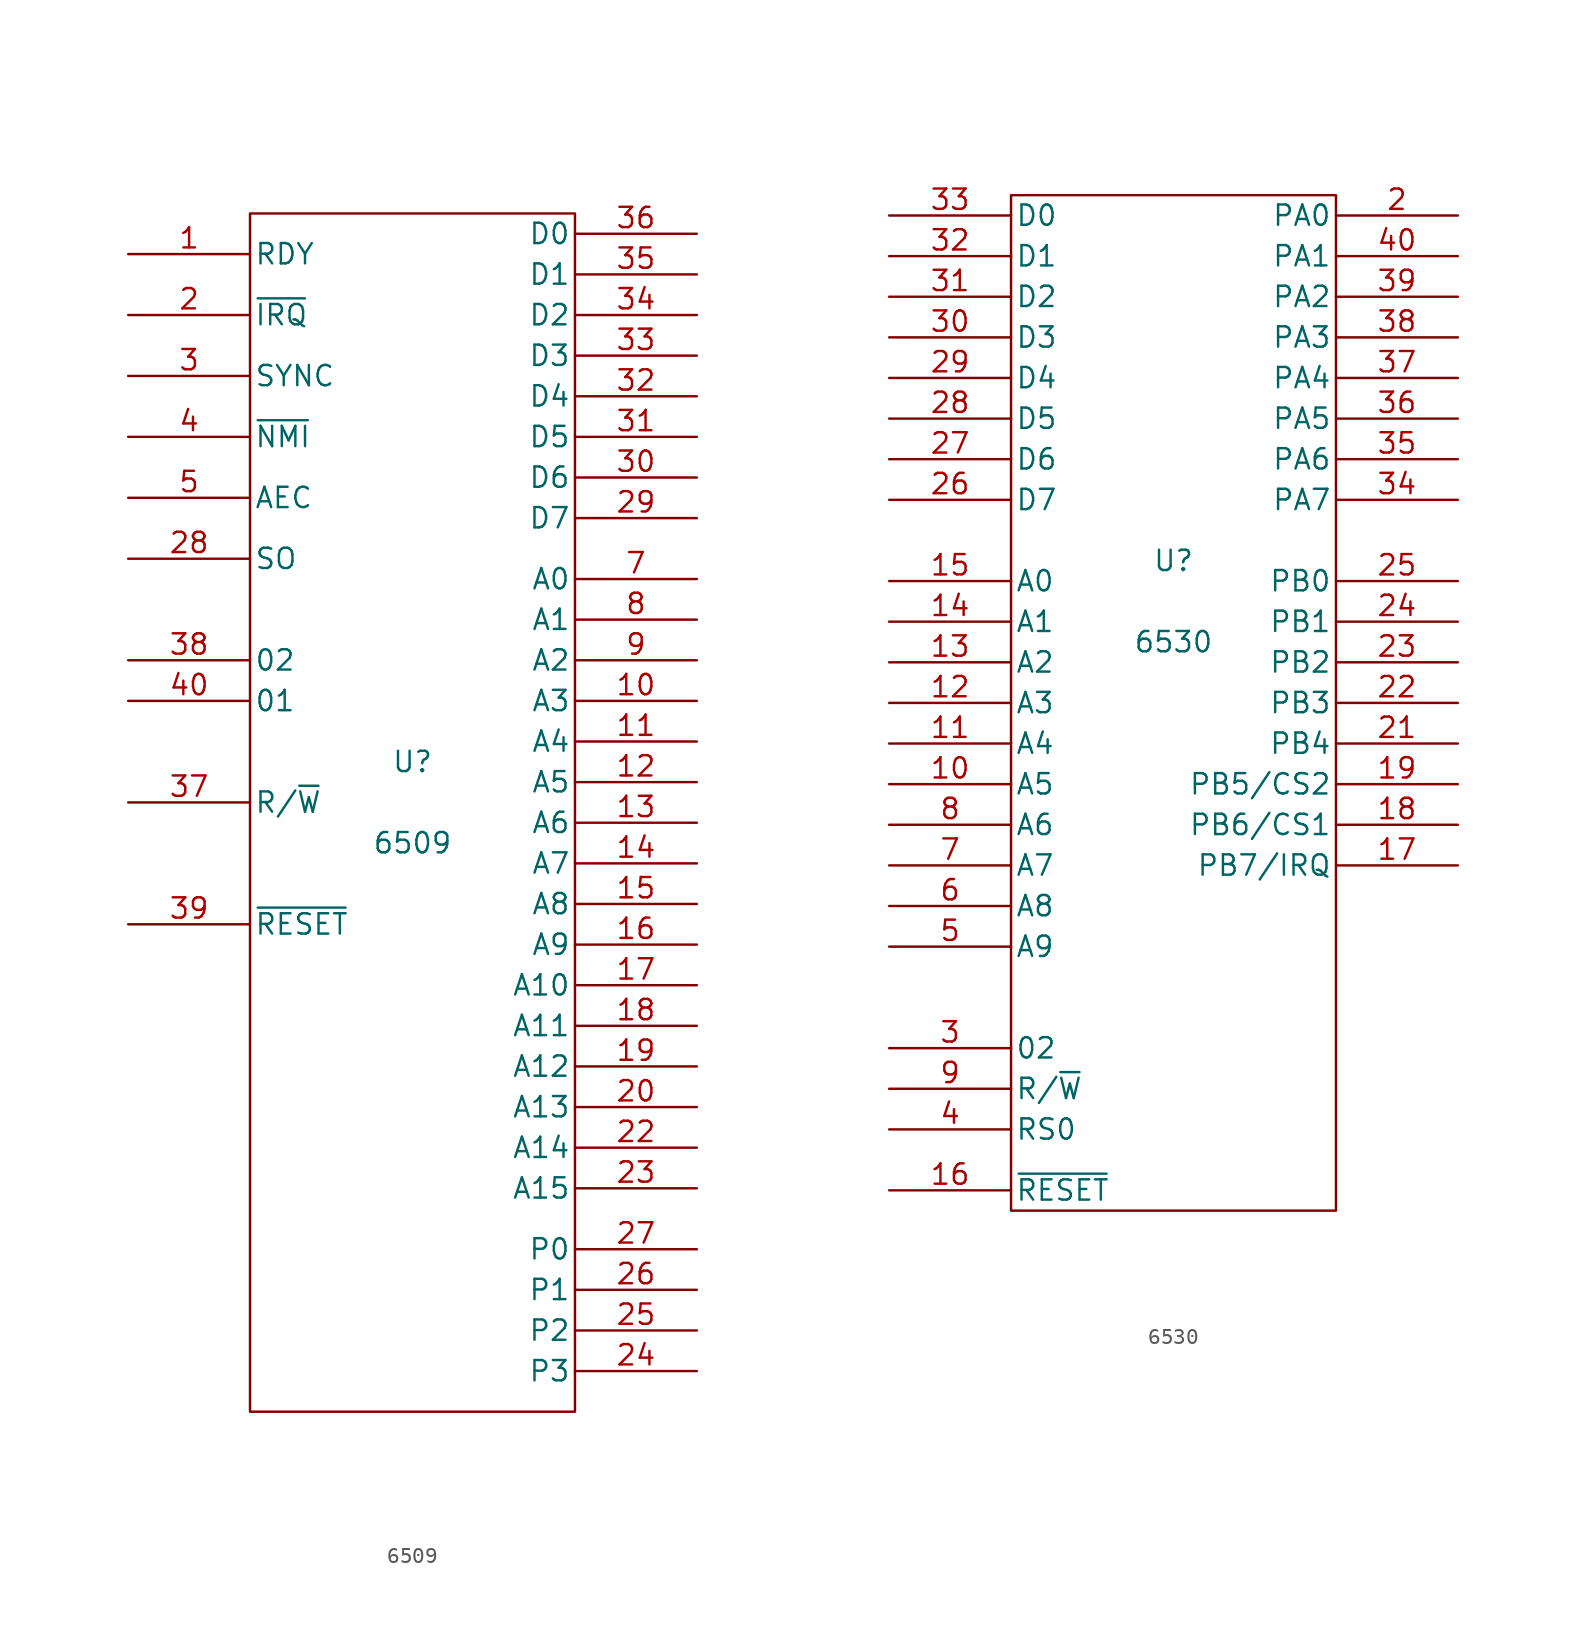
<source format=kicad_sym>
(kicad_symbol_lib
  (version 20211014)
  (generator kicad_symbol_editor)
  (symbol "6509"
    (pin_names
      (offset 0.254))
    (property "Reference" "U"
      (at 0 2.54 0)
      (effects (font (size 1.27 1.27))))
    (property "Value" "6509"
      (at 0 -2.54 0)
      (effects (font (size 1.27 1.27))))
    (property "Footprint" ""
      (at 0 17.78 0)
      (effects (font (size 1.27 1.27))))
    (property "Datasheet" ""
      (at 0 17.78 0)
      (effects (font (size 1.27 1.27))))
    (symbol "6509_0_0"
      (pin power_in line (at 0 -38.1 90) (length 1.27) hide (name "GND" (effects (font (size 1.27 1.27)))) (number "21" (effects (font (size 1.27 1.27)))))
      (pin power_in line (at 0 38.1 270) (length 1.27) hide (name "Vcc" (effects (font (size 1.27 1.27)))) (number "6" (effects (font (size 1.27 1.27))))))
    (symbol "6509_0_1"
      (rectangle (start -10.16 36.83) (end 10.16 -38.1) (stroke (width 0) (type default) (color 0 0 0 0)) (fill (type none))))
    (symbol "6509_1_1"
      (pin output line (at -17.78 34.29 0) (length 7.62) (name "RDY" (effects (font (size 1.27 1.27)))) (number "1" (effects (font (size 1.27 1.27)))))
      (pin output line (at 17.78 6.35 180) (length 7.62) (name "A3" (effects (font (size 1.27 1.27)))) (number "10" (effects (font (size 1.27 1.27)))))
      (pin output line (at 17.78 3.81 180) (length 7.62) (name "A4" (effects (font (size 1.27 1.27)))) (number "11" (effects (font (size 1.27 1.27)))))
      (pin output line (at 17.78 1.27 180) (length 7.62) (name "A5" (effects (font (size 1.27 1.27)))) (number "12" (effects (font (size 1.27 1.27)))))
      (pin output line (at 17.78 -1.27 180) (length 7.62) (name "A6" (effects (font (size 1.27 1.27)))) (number "13" (effects (font (size 1.27 1.27)))))
      (pin output line (at 17.78 -3.81 180) (length 7.62) (name "A7" (effects (font (size 1.27 1.27)))) (number "14" (effects (font (size 1.27 1.27)))))
      (pin output line (at 17.78 -6.35 180) (length 7.62) (name "A8" (effects (font (size 1.27 1.27)))) (number "15" (effects (font (size 1.27 1.27)))))
      (pin output line (at 17.78 -8.89 180) (length 7.62) (name "A9" (effects (font (size 1.27 1.27)))) (number "16" (effects (font (size 1.27 1.27)))))
      (pin input line (at 17.78 -11.43 180) (length 7.62) (name "A10" (effects (font (size 1.27 1.27)))) (number "17" (effects (font (size 1.27 1.27)))))
      (pin output line (at 17.78 -13.97 180) (length 7.62) (name "A11" (effects (font (size 1.27 1.27)))) (number "18" (effects (font (size 1.27 1.27)))))
      (pin output line (at 17.78 -16.51 180) (length 7.62) (name "A12" (effects (font (size 1.27 1.27)))) (number "19" (effects (font (size 1.27 1.27)))))
      (pin input line (at -17.78 30.48 0) (length 7.62) (name "~{IRQ}" (effects (font (size 1.27 1.27)))) (number "2" (effects (font (size 1.27 1.27)))))
      (pin output line (at 17.78 -19.05 180) (length 7.62) (name "A13" (effects (font (size 1.27 1.27)))) (number "20" (effects (font (size 1.27 1.27)))))
      (pin output line (at 17.78 -21.59 180) (length 7.62) (name "A14" (effects (font (size 1.27 1.27)))) (number "22" (effects (font (size 1.27 1.27)))))
      (pin output line (at 17.78 -24.13 180) (length 7.62) (name "A15" (effects (font (size 1.27 1.27)))) (number "23" (effects (font (size 1.27 1.27)))))
      (pin output line (at 17.78 -35.56 180) (length 7.62) (name "P3" (effects (font (size 1.27 1.27)))) (number "24" (effects (font (size 1.27 1.27)))))
      (pin output line (at 17.78 -33.02 180) (length 7.62) (name "P2" (effects (font (size 1.27 1.27)))) (number "25" (effects (font (size 1.27 1.27)))))
      (pin output line (at 17.78 -30.48 180) (length 7.62) (name "P1" (effects (font (size 1.27 1.27)))) (number "26" (effects (font (size 1.27 1.27)))))
      (pin output line (at 17.78 -27.94 180) (length 7.62) (name "P0" (effects (font (size 1.27 1.27)))) (number "27" (effects (font (size 1.27 1.27)))))
      (pin output line (at -17.78 15.24 0) (length 7.62) (name "SO" (effects (font (size 1.27 1.27)))) (number "28" (effects (font (size 1.27 1.27)))))
      (pin bidirectional line (at 17.78 17.78 180) (length 7.62) (name "D7" (effects (font (size 1.27 1.27)))) (number "29" (effects (font (size 1.27 1.27)))))
      (pin input line (at -17.78 26.67 0) (length 7.62) (name "SYNC" (effects (font (size 1.27 1.27)))) (number "3" (effects (font (size 1.27 1.27)))))
      (pin bidirectional line (at 17.78 20.32 180) (length 7.62) (name "D6" (effects (font (size 1.27 1.27)))) (number "30" (effects (font (size 1.27 1.27)))))
      (pin bidirectional line (at 17.78 22.86 180) (length 7.62) (name "D5" (effects (font (size 1.27 1.27)))) (number "31" (effects (font (size 1.27 1.27)))))
      (pin bidirectional line (at 17.78 25.4 180) (length 7.62) (name "D4" (effects (font (size 1.27 1.27)))) (number "32" (effects (font (size 1.27 1.27)))))
      (pin bidirectional line (at 17.78 27.94 180) (length 7.62) (name "D3" (effects (font (size 1.27 1.27)))) (number "33" (effects (font (size 1.27 1.27)))))
      (pin bidirectional line (at 17.78 30.48 180) (length 7.62) (name "D2" (effects (font (size 1.27 1.27)))) (number "34" (effects (font (size 1.27 1.27)))))
      (pin bidirectional line (at 17.78 33.02 180) (length 7.62) (name "D1" (effects (font (size 1.27 1.27)))) (number "35" (effects (font (size 1.27 1.27)))))
      (pin bidirectional line (at 17.78 35.56 180) (length 7.62) (name "D0" (effects (font (size 1.27 1.27)))) (number "36" (effects (font (size 1.27 1.27)))))
      (pin input line (at -17.78 0 0) (length 7.62) (name "R/~{W}" (effects (font (size 1.27 1.27)))) (number "37" (effects (font (size 1.27 1.27)))))
      (pin input line (at -17.78 8.89 0) (length 7.62) (name "02" (effects (font (size 1.27 1.27)))) (number "38" (effects (font (size 1.27 1.27)))))
      (pin input line (at -17.78 -7.62 0) (length 7.62) (name "~{RESET}" (effects (font (size 1.27 1.27)))) (number "39" (effects (font (size 1.27 1.27)))))
      (pin input line (at -17.78 22.86 0) (length 7.62) (name "~{NMI}" (effects (font (size 1.27 1.27)))) (number "4" (effects (font (size 1.27 1.27)))))
      (pin input line (at -17.78 6.35 0) (length 7.62) (name "01" (effects (font (size 1.27 1.27)))) (number "40" (effects (font (size 1.27 1.27)))))
      (pin output line (at -17.78 19.05 0) (length 7.62) (name "AEC" (effects (font (size 1.27 1.27)))) (number "5" (effects (font (size 1.27 1.27)))))
      (pin output line (at 17.78 13.97 180) (length 7.62) (name "A0" (effects (font (size 1.27 1.27)))) (number "7" (effects (font (size 1.27 1.27)))))
      (pin output line (at 17.78 11.43 180) (length 7.62) (name "A1" (effects (font (size 1.27 1.27)))) (number "8" (effects (font (size 1.27 1.27)))))
      (pin output line (at 17.78 8.89 180) (length 7.62) (name "A2" (effects (font (size 1.27 1.27)))) (number "9" (effects (font (size 1.27 1.27)))))))
  (symbol "6530"
    (pin_names
      (offset 0.254))
    (property "Reference" "U"
      (at 0 11.43 0)
      (effects (font (size 1.27 1.27))))
    (property "Value" "6530"
      (at 0 6.35 0)
      (effects (font (size 1.27 1.27))))
    (property "Footprint" ""
      (at 0 15.24 0)
      (effects (font (size 1.27 1.27))))
    (property "Datasheet" ""
      (at 0 15.24 0)
      (effects (font (size 1.27 1.27))))
    (symbol "6530_0_0"
      (pin power_in line (at 0 -29.21 90) (length 1.27) hide (name "GND" (effects (font (size 1.27 1.27)))) (number "1" (effects (font (size 1.27 1.27)))))
      (pin power_in line (at 0 35.56 270) (length 1.27) hide (name "Vcc" (effects (font (size 1.27 1.27)))) (number "20" (effects (font (size 1.27 1.27))))))
    (symbol "6530_0_1"
      (rectangle (start 10.16 34.29) (end -10.16 -29.21) (stroke (width 0) (type default) (color 0 0 0 0)) (fill (type none))))
    (symbol "6530_1_1"
      (pin input line (at -17.78 -2.54 0) (length 7.62) (name "A5" (effects (font (size 1.27 1.27)))) (number "10" (effects (font (size 1.27 1.27)))))
      (pin input line (at -17.78 0 0) (length 7.62) (name "A4" (effects (font (size 1.27 1.27)))) (number "11" (effects (font (size 1.27 1.27)))))
      (pin input line (at -17.78 2.54 0) (length 7.62) (name "A3" (effects (font (size 1.27 1.27)))) (number "12" (effects (font (size 1.27 1.27)))))
      (pin input line (at -17.78 5.08 0) (length 7.62) (name "A2" (effects (font (size 1.27 1.27)))) (number "13" (effects (font (size 1.27 1.27)))))
      (pin input line (at -17.78 7.62 0) (length 7.62) (name "A1" (effects (font (size 1.27 1.27)))) (number "14" (effects (font (size 1.27 1.27)))))
      (pin input line (at -17.78 10.16 0) (length 7.62) (name "A0" (effects (font (size 1.27 1.27)))) (number "15" (effects (font (size 1.27 1.27)))))
      (pin input line (at -17.78 -27.94 0) (length 7.62) (name "~{RESET}" (effects (font (size 1.27 1.27)))) (number "16" (effects (font (size 1.27 1.27)))))
      (pin bidirectional line (at 17.78 -7.62 180) (length 7.62) (name "PB7/IRQ" (effects (font (size 1.27 1.27)))) (number "17" (effects (font (size 1.27 1.27)))))
      (pin bidirectional line (at 17.78 -5.08 180) (length 7.62) (name "PB6/CS1" (effects (font (size 1.27 1.27)))) (number "18" (effects (font (size 1.27 1.27)))))
      (pin bidirectional line (at 17.78 -2.54 180) (length 7.62) (name "PB5/CS2" (effects (font (size 1.27 1.27)))) (number "19" (effects (font (size 1.27 1.27)))))
      (pin bidirectional line (at 17.78 33.02 180) (length 7.62) (name "PA0" (effects (font (size 1.27 1.27)))) (number "2" (effects (font (size 1.27 1.27)))))
      (pin bidirectional line (at 17.78 0 180) (length 7.62) (name "PB4" (effects (font (size 1.27 1.27)))) (number "21" (effects (font (size 1.27 1.27)))))
      (pin bidirectional line (at 17.78 2.54 180) (length 7.62) (name "PB3" (effects (font (size 1.27 1.27)))) (number "22" (effects (font (size 1.27 1.27)))))
      (pin bidirectional line (at 17.78 5.08 180) (length 7.62) (name "PB2" (effects (font (size 1.27 1.27)))) (number "23" (effects (font (size 1.27 1.27)))))
      (pin bidirectional line (at 17.78 7.62 180) (length 7.62) (name "PB1" (effects (font (size 1.27 1.27)))) (number "24" (effects (font (size 1.27 1.27)))))
      (pin bidirectional line (at 17.78 10.16 180) (length 7.62) (name "PB0" (effects (font (size 1.27 1.27)))) (number "25" (effects (font (size 1.27 1.27)))))
      (pin tri_state line (at -17.78 15.24 0) (length 7.62) (name "D7" (effects (font (size 1.27 1.27)))) (number "26" (effects (font (size 1.27 1.27)))))
      (pin tri_state line (at -17.78 17.78 0) (length 7.62) (name "D6" (effects (font (size 1.27 1.27)))) (number "27" (effects (font (size 1.27 1.27)))))
      (pin output line (at -17.78 20.32 0) (length 7.62) (name "D5" (effects (font (size 1.27 1.27)))) (number "28" (effects (font (size 1.27 1.27)))))
      (pin output line (at -17.78 22.86 0) (length 7.62) (name "D4" (effects (font (size 1.27 1.27)))) (number "29" (effects (font (size 1.27 1.27)))))
      (pin input line (at -17.78 -19.05 0) (length 7.62) (name "02" (effects (font (size 1.27 1.27)))) (number "3" (effects (font (size 1.27 1.27)))))
      (pin output line (at -17.78 25.4 0) (length 7.62) (name "D3" (effects (font (size 1.27 1.27)))) (number "30" (effects (font (size 1.27 1.27)))))
      (pin output line (at -17.78 27.94 0) (length 7.62) (name "D2" (effects (font (size 1.27 1.27)))) (number "31" (effects (font (size 1.27 1.27)))))
      (pin output line (at -17.78 30.48 0) (length 7.62) (name "D1" (effects (font (size 1.27 1.27)))) (number "32" (effects (font (size 1.27 1.27)))))
      (pin output line (at -17.78 33.02 0) (length 7.62) (name "D0" (effects (font (size 1.27 1.27)))) (number "33" (effects (font (size 1.27 1.27)))))
      (pin bidirectional line (at 17.78 15.24 180) (length 7.62) (name "PA7" (effects (font (size 1.27 1.27)))) (number "34" (effects (font (size 1.27 1.27)))))
      (pin bidirectional line (at 17.78 17.78 180) (length 7.62) (name "PA6" (effects (font (size 1.27 1.27)))) (number "35" (effects (font (size 1.27 1.27)))))
      (pin bidirectional line (at 17.78 20.32 180) (length 7.62) (name "PA5" (effects (font (size 1.27 1.27)))) (number "36" (effects (font (size 1.27 1.27)))))
      (pin bidirectional line (at 17.78 22.86 180) (length 7.62) (name "PA4" (effects (font (size 1.27 1.27)))) (number "37" (effects (font (size 1.27 1.27)))))
      (pin bidirectional line (at 17.78 25.4 180) (length 7.62) (name "PA3" (effects (font (size 1.27 1.27)))) (number "38" (effects (font (size 1.27 1.27)))))
      (pin bidirectional line (at 17.78 27.94 180) (length 7.62) (name "PA2" (effects (font (size 1.27 1.27)))) (number "39" (effects (font (size 1.27 1.27)))))
      (pin input line (at -17.78 -24.13 0) (length 7.62) (name "RS0" (effects (font (size 1.27 1.27)))) (number "4" (effects (font (size 1.27 1.27)))))
      (pin bidirectional line (at 17.78 30.48 180) (length 7.62) (name "PA1" (effects (font (size 1.27 1.27)))) (number "40" (effects (font (size 1.27 1.27)))))
      (pin input line (at -17.78 -12.7 0) (length 7.62) (name "A9" (effects (font (size 1.27 1.27)))) (number "5" (effects (font (size 1.27 1.27)))))
      (pin input line (at -17.78 -10.16 0) (length 7.62) (name "A8" (effects (font (size 1.27 1.27)))) (number "6" (effects (font (size 1.27 1.27)))))
      (pin input line (at -17.78 -7.62 0) (length 7.62) (name "A7" (effects (font (size 1.27 1.27)))) (number "7" (effects (font (size 1.27 1.27)))))
      (pin input line (at -17.78 -5.08 0) (length 7.62) (name "A6" (effects (font (size 1.27 1.27)))) (number "8" (effects (font (size 1.27 1.27)))))
      (pin input line (at -17.78 -21.59 0) (length 7.62) (name "R/~{W}" (effects (font (size 1.27 1.27)))) (number "9" (effects (font (size 1.27 1.27))))))))
</source>
